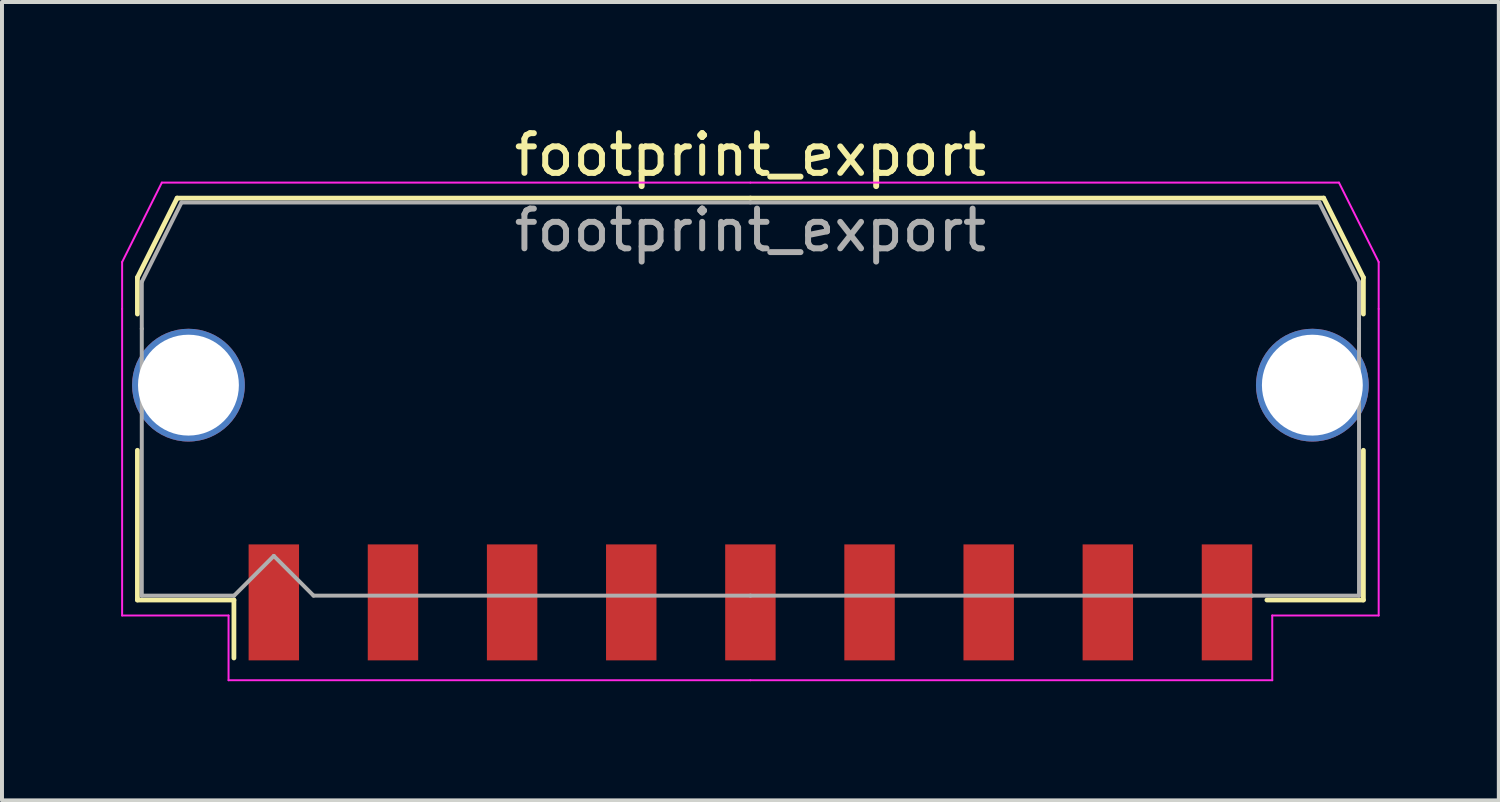
<source format=kicad_pcb>
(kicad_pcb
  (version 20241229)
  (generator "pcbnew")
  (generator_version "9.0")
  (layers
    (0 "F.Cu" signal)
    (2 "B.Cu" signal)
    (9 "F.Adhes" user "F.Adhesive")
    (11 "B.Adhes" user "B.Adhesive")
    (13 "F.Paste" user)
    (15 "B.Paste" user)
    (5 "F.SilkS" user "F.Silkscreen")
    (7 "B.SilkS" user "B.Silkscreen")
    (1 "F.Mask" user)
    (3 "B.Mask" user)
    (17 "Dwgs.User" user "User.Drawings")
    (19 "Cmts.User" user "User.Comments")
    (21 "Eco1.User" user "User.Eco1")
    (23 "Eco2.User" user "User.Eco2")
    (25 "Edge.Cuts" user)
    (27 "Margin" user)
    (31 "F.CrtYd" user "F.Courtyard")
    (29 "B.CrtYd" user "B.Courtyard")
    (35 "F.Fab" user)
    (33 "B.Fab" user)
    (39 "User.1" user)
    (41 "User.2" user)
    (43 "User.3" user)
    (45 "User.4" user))
  (footprint "footprint_export"
    (layer "F.Cu")
    (at 15.845 6.998)
    (property "Reference" "footprint_export" (at 0 -6.15 0) (layer "F.SilkS") (effects (font (size 1 1) (thickness 0.15))))
    (attr smd)
    (fp_line (start -15.435 -3.06) (end -15.435 -2.14) (stroke (width 0.12) (type solid)) (layer "F.SilkS"))
    (fp_line (start -15.435 1.29) (end -15.435 5.06) (stroke (width 0.12) (type solid)) (layer "F.SilkS"))
    (fp_line (start -15.435 5.06) (end -13.005 5.06) (stroke (width 0.12) (type solid)) (layer "F.SilkS"))
    (fp_line (start -14.435 -5.06) (end -15.435 -3.06) (stroke (width 0.12) (type solid)) (layer "F.SilkS"))
    (fp_line (start -13.005 5.06) (end -13.005 6.52) (stroke (width 0.12) (type solid)) (layer "F.SilkS"))
    (fp_line (start 0 -5.06) (end -14.435 -5.06) (stroke (width 0.12) (type solid)) (layer "F.SilkS"))
    (fp_line (start 0 -5.06) (end 14.435 -5.06) (stroke (width 0.12) (type solid)) (layer "F.SilkS"))
    (fp_line (start 14.435 -5.06) (end 15.435 -3.06) (stroke (width 0.12) (type solid)) (layer "F.SilkS"))
    (fp_line (start 15.435 -3.06) (end 15.435 -2.14) (stroke (width 0.12) (type solid)) (layer "F.SilkS"))
    (fp_line (start 15.435 1.29) (end 15.435 5.06) (stroke (width 0.12) (type solid)) (layer "F.SilkS"))
    (fp_line (start 15.435 5.06) (end 13.005 5.06) (stroke (width 0.12) (type solid)) (layer "F.SilkS"))
    (fp_line (start -15.82 -3.45) (end -15.82 -2.27) (stroke (width 0.05) (type solid)) (layer "F.CrtYd"))
    (fp_line (start -15.82 -2.27) (end -15.82 5.45) (stroke (width 0.05) (type solid)) (layer "F.CrtYd"))
    (fp_line (start -15.82 5.45) (end -13.14 5.45) (stroke (width 0.05) (type solid)) (layer "F.CrtYd"))
    (fp_line (start -14.82 -5.45) (end -15.82 -3.45) (stroke (width 0.05) (type solid)) (layer "F.CrtYd"))
    (fp_line (start -13.14 5.45) (end -13.14 7.08) (stroke (width 0.05) (type solid)) (layer "F.CrtYd"))
    (fp_line (start -13.14 7.08) (end 0 7.08) (stroke (width 0.05) (type solid)) (layer "F.CrtYd"))
    (fp_line (start 0 -5.45) (end -14.82 -5.45) (stroke (width 0.05) (type solid)) (layer "F.CrtYd"))
    (fp_line (start 0 -5.45) (end 14.82 -5.45) (stroke (width 0.05) (type solid)) (layer "F.CrtYd"))
    (fp_line (start 13.14 5.45) (end 13.14 7.08) (stroke (width 0.05) (type solid)) (layer "F.CrtYd"))
    (fp_line (start 13.14 7.08) (end 0 7.08) (stroke (width 0.05) (type solid)) (layer "F.CrtYd"))
    (fp_line (start 14.82 -5.45) (end 15.82 -3.45) (stroke (width 0.05) (type solid)) (layer "F.CrtYd"))
    (fp_line (start 15.82 -3.45) (end 15.82 -2.27) (stroke (width 0.05) (type solid)) (layer "F.CrtYd"))
    (fp_line (start 15.82 -2.27) (end 15.82 5.45) (stroke (width 0.05) (type solid)) (layer "F.CrtYd"))
    (fp_line (start 15.82 5.45) (end 13.14 5.45) (stroke (width 0.05) (type solid)) (layer "F.CrtYd"))
    (fp_line (start -15.325 -2.95) (end -15.325 -1.77) (stroke (width 0.1) (type solid)) (layer "F.Fab"))
    (fp_line (start -15.325 -1.77) (end -15.325 4.95) (stroke (width 0.1) (type solid)) (layer "F.Fab"))
    (fp_line (start -15.325 4.95) (end -13 4.95) (stroke (width 0.1) (type solid)) (layer "F.Fab"))
    (fp_line (start -14.325 -4.95) (end -15.325 -2.95) (stroke (width 0.1) (type solid)) (layer "F.Fab"))
    (fp_line (start -13 4.95) (end -12 3.95) (stroke (width 0.1) (type solid)) (layer "F.Fab"))
    (fp_line (start -12 3.95) (end -11 4.95) (stroke (width 0.1) (type solid)) (layer "F.Fab"))
    (fp_line (start -11 4.95) (end 0 4.95) (stroke (width 0.1) (type solid)) (layer "F.Fab"))
    (fp_line (start 0 -4.95) (end -14.325 -4.95) (stroke (width 0.1) (type solid)) (layer "F.Fab"))
    (fp_line (start 0 -4.95) (end 14.325 -4.95) (stroke (width 0.1) (type solid)) (layer "F.Fab"))
    (fp_line (start 12.635 4.95) (end 0 4.95) (stroke (width 0.1) (type solid)) (layer "F.Fab"))
    (fp_line (start 14.325 -4.95) (end 15.325 -2.95) (stroke (width 0.1) (type solid)) (layer "F.Fab"))
    (fp_line (start 15.325 -2.95) (end 15.325 -1.77) (stroke (width 0.1) (type solid)) (layer "F.Fab"))
    (fp_line (start 15.325 -1.77) (end 15.325 4.95) (stroke (width 0.1) (type solid)) (layer "F.Fab"))
    (fp_line (start 15.325 4.95) (end 12.635 4.95) (stroke (width 0.1) (type solid)) (layer "F.Fab"))
    (fp_text user "${REFERENCE}" (at 0 -4.25 0) (layer "F.Fab") (effects (font (size 1 1) (thickness 0.15))))
    (pad "1" smd rect (at -12 5.12) (size 1.27 2.92) (layers "F.Cu" "F.Mask" "F.Paste"))
    (pad "2" smd rect (at -9 5.12) (size 1.27 2.92) (layers "F.Cu" "F.Mask" "F.Paste"))
    (pad "3" smd rect (at -6 5.12) (size 1.27 2.92) (layers "F.Cu" "F.Mask" "F.Paste"))
    (pad "4" smd rect (at -3 5.12) (size 1.27 2.92) (layers "F.Cu" "F.Mask" "F.Paste"))
    (pad "5" smd rect (at 0 5.12) (size 1.27 2.92) (layers "F.Cu" "F.Mask" "F.Paste"))
    (pad "6" smd rect (at 3 5.12) (size 1.27 2.92) (layers "F.Cu" "F.Mask" "F.Paste"))
    (pad "7" smd rect (at 6 5.12) (size 1.27 2.92) (layers "F.Cu" "F.Mask" "F.Paste"))
    (pad "8" smd rect (at 9 5.12) (size 1.27 2.92) (layers "F.Cu" "F.Mask" "F.Paste"))
    (pad "9" smd rect (at 12 5.12) (size 1.27 2.92) (layers "F.Cu" "F.Mask" "F.Paste"))
    (pad "MP" thru_hole circle (at -14.15 -0.35) (size 2.84 2.84) (drill 2.54) (layers "*.Cu" "*.Mask"))
    (pad "MP" thru_hole circle (at 14.15 -0.35) (size 2.84 2.84) (drill 2.54) (layers "*.Cu" "*.Mask")))
  (gr_rect
    (start -3 -3)
    (end 34.69 17.103)
    (stroke (width 0.1) (type default))
    (fill no)
    (layer "Edge.Cuts")))
</source>
